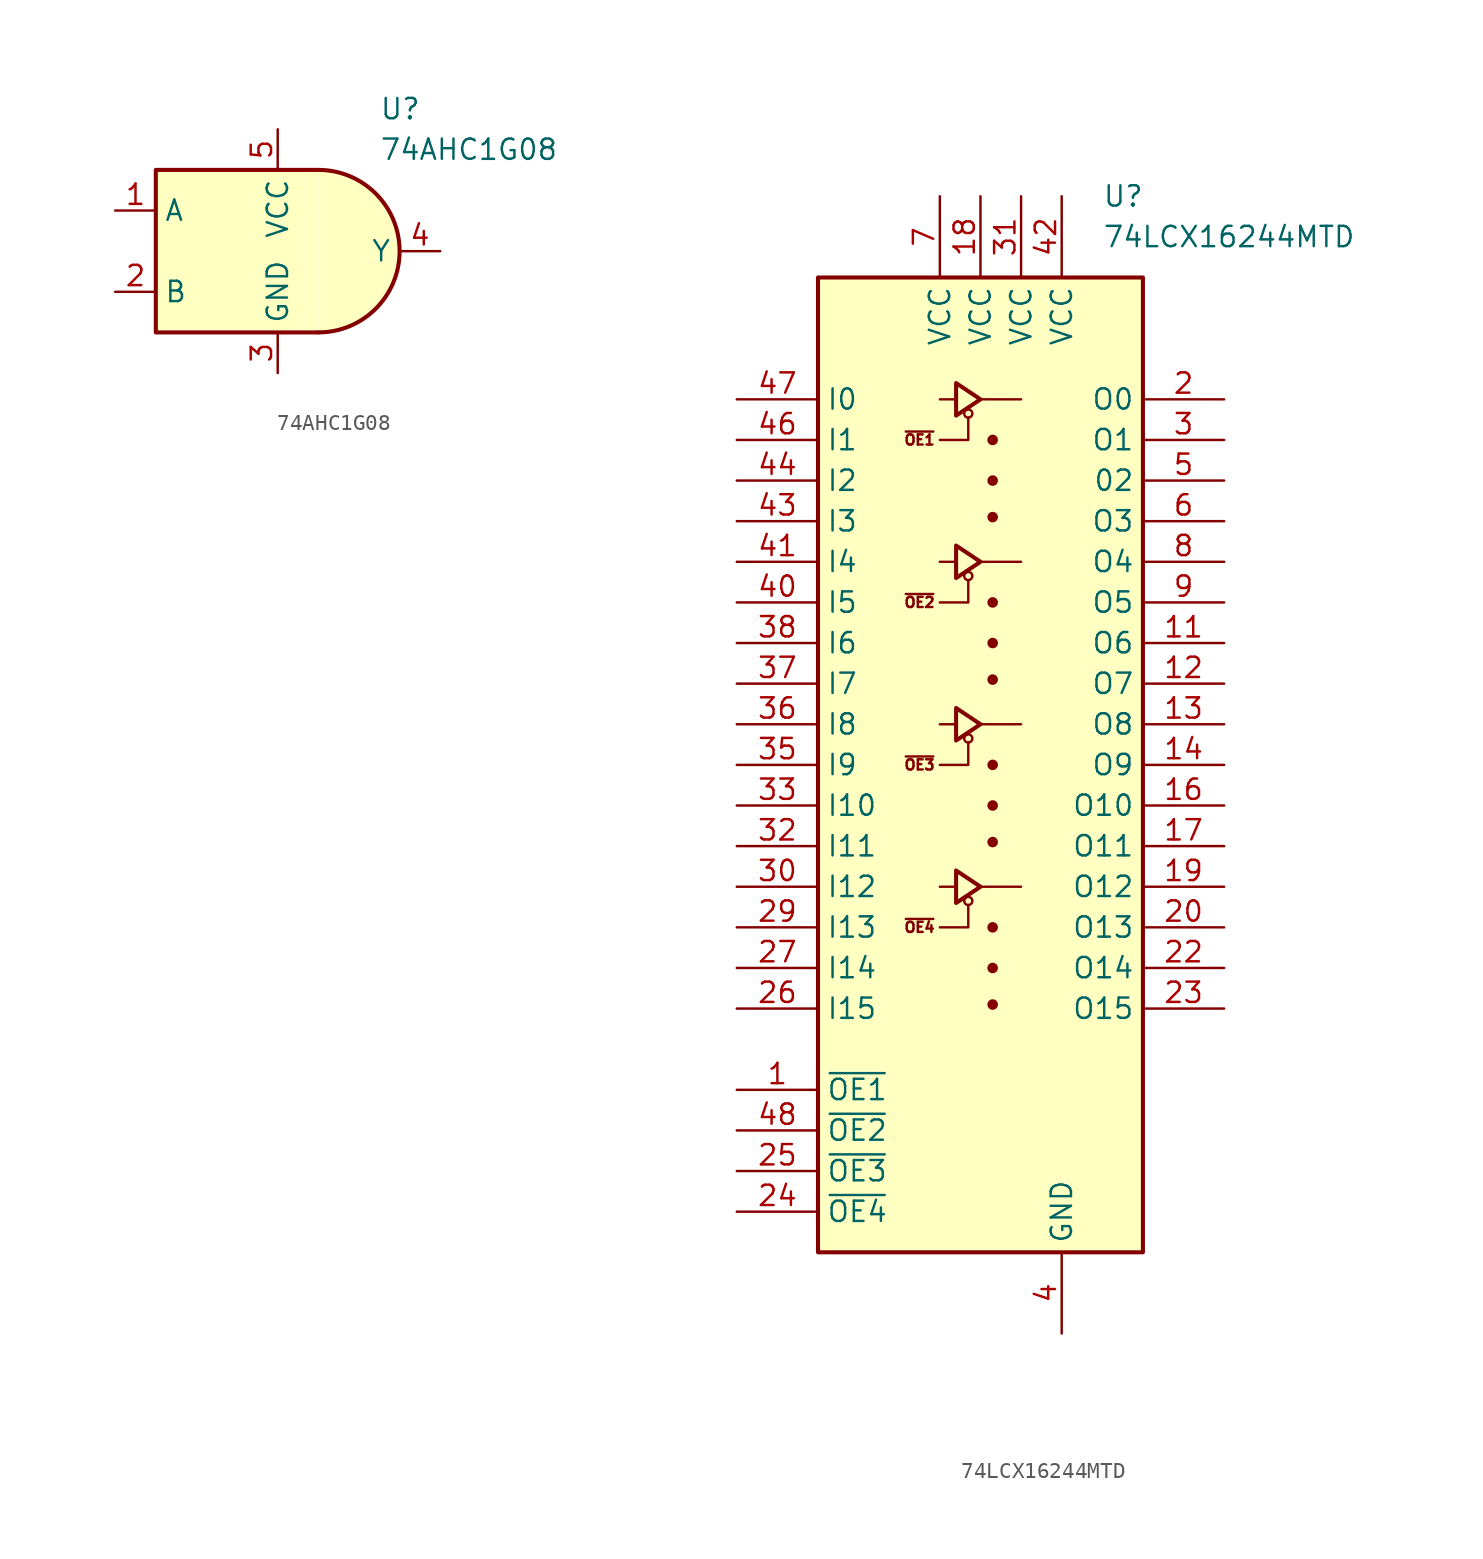
<source format=kicad_sym>
(kicad_symbol_lib
  (version 20201005)
  (generator kicad_symbol_editor)
  (symbol "KLIB_Logic:74AHC1G08"
    (property "Reference" "U"
      (at 6.35 8.89 0)
      (effects (font (size 1.27 1.27)) (justify left)))
    (property "Value" "74AHC1G08"
      (at 6.35 6.35 0)
      (effects (font (size 1.27 1.27)) (justify left)))
    (symbol "74AHC1G08_1_1"
      (arc (start 2.54 -5.08) (end 2.54 5.08) (radius (at 2.54 0) (length 5.08) (angles -89.9 89.9)) (stroke (width 0.254)) (fill (type background)))
      (pin input line (at -10.16 2.54 0) (length 2.54) (name "A" (effects (font (size 1.27 1.27)))) (number "1" (effects (font (size 1.27 1.27)))))
      (pin input line (at -10.16 -2.54 0) (length 2.54) (name "B" (effects (font (size 1.27 1.27)))) (number "2" (effects (font (size 1.27 1.27)))))
      (pin power_in line (at 0 -7.62 90) (length 2.54) (name "GND" (effects (font (size 1.27 1.27)))) (number "3" (effects (font (size 1.27 1.27)))))
      (pin output line (at 10.16 0 180) (length 2.54) (name "Y" (effects (font (size 1.27 1.27)))) (number "4" (effects (font (size 1.27 1.27)))))
      (pin power_in line (at 0 7.62 270) (length 2.54) (name "VCC" (effects (font (size 1.27 1.27)))) (number "5" (effects (font (size 1.27 1.27))))))
    (symbol "74AHC1G08_0_1"
      (polyline (pts (xy 2.54 5.08) (xy -7.62 5.08) (xy -7.62 -5.08) (xy 2.54 -5.08)) (stroke (width 0.254)) (fill (type background)))))
  (symbol "KLIB_Logic:74LCX16244MTD"
    (property "Reference" "U"
      (at 7.62 35.56 0)
      (effects (font (size 1.27 1.27)) (justify left)))
    (property "Value" "74LCX16244MTD"
      (at 7.62 33.02 0)
      (effects (font (size 1.27 1.27)) (justify left)))
    (symbol "74LCX16244MTD_0_1"
      (circle (center -0.762 -8.509) (radius 0.254) (stroke (width 0)) (fill (type none)))
      (circle (center -0.762 1.651) (radius 0.254) (stroke (width 0)) (fill (type none)))
      (circle (center -0.762 11.811) (radius 0.254) (stroke (width 0)) (fill (type none)))
      (circle (center -0.762 21.971) (radius 0.254) (stroke (width 0)) (fill (type none)))
      (circle (center 0.762 -14.986) (radius 0.254) (stroke (width 0)) (fill (type outline)))
      (circle (center 0.762 -12.7) (radius 0.254) (stroke (width 0)) (fill (type outline)))
      (circle (center 0.762 -10.16) (radius 0.254) (stroke (width 0)) (fill (type outline)))
      (circle (center 0.762 -4.826) (radius 0.254) (stroke (width 0)) (fill (type outline)))
      (circle (center 0.762 -2.54) (radius 0.254) (stroke (width 0)) (fill (type outline)))
      (circle (center 0.762 0) (radius 0.254) (stroke (width 0)) (fill (type outline)))
      (circle (center 0.762 5.334) (radius 0.254) (stroke (width 0)) (fill (type outline)))
      (circle (center 0.762 7.62) (radius 0.254) (stroke (width 0)) (fill (type outline)))
      (circle (center 0.762 10.16) (radius 0.254) (stroke (width 0)) (fill (type outline)))
      (circle (center 0.762 15.494) (radius 0.254) (stroke (width 0)) (fill (type outline)))
      (circle (center 0.762 17.78) (radius 0.254) (stroke (width 0)) (fill (type outline)))
      (circle (center 0.762 20.32) (radius 0.254) (stroke (width 0)) (fill (type outline)))
      (rectangle (start -10.16 30.48) (end 10.16 -30.48) (stroke (width 0.254)) (fill (type background)))
      (polyline (pts (xy -2.54 -7.62) (xy -1.524 -7.62)) (stroke (width 0)) (fill (type none)))
      (polyline (pts (xy -2.54 2.54) (xy -1.524 2.54)) (stroke (width 0)) (fill (type none)))
      (polyline (pts (xy -2.54 12.7) (xy -1.524 12.7)) (stroke (width 0)) (fill (type none)))
      (polyline (pts (xy -2.54 22.86) (xy -1.524 22.86)) (stroke (width 0)) (fill (type none)))
      (polyline (pts (xy 0 -7.62) (xy 2.54 -7.62)) (stroke (width 0)) (fill (type none)))
      (polyline (pts (xy 0 2.54) (xy 2.54 2.54)) (stroke (width 0)) (fill (type none)))
      (polyline (pts (xy 0 12.7) (xy 2.54 12.7)) (stroke (width 0)) (fill (type none)))
      (polyline (pts (xy 0 22.86) (xy 2.54 22.86)) (stroke (width 0)) (fill (type none)))
      (polyline (pts (xy -0.762 -8.763) (xy -0.762 -10.16) (xy -2.54 -10.16)) (stroke (width 0)) (fill (type none)))
      (polyline (pts (xy -0.762 1.397) (xy -0.762 0) (xy -2.54 0)) (stroke (width 0)) (fill (type none)))
      (polyline (pts (xy -0.762 11.557) (xy -0.762 10.16) (xy -2.54 10.16)) (stroke (width 0)) (fill (type none)))
      (polyline (pts (xy -0.762 21.717) (xy -0.762 20.32) (xy -2.54 20.32)) (stroke (width 0)) (fill (type none)))
      (polyline (pts (xy -1.524 -6.604) (xy -1.524 -8.636) (xy 0 -7.62) (xy -1.524 -6.604)) (stroke (width 0.254)) (fill (type none)))
      (polyline (pts (xy -1.524 3.556) (xy -1.524 1.524) (xy 0 2.54) (xy -1.524 3.556)) (stroke (width 0.254)) (fill (type none)))
      (polyline (pts (xy -1.524 13.716) (xy -1.524 11.684) (xy 0 12.7) (xy -1.524 13.716)) (stroke (width 0.254)) (fill (type none)))
      (polyline (pts (xy -1.524 23.876) (xy -1.524 21.844) (xy 0 22.86) (xy -1.524 23.876)) (stroke (width 0.254)) (fill (type none))))
    (symbol "74LCX16244MTD_0_0"
      (text "~OE1" (at -3.81 20.32 0) (effects (font (size 0.635 0.635))))
      (text "~OE2" (at -3.81 10.16 0) (effects (font (size 0.635 0.635))))
      (text "~OE3" (at -3.81 0 0) (effects (font (size 0.635 0.635))))
      (text "~OE4" (at -3.81 -10.16 0) (effects (font (size 0.635 0.635)))))
    (symbol "74LCX16244MTD_1_1"
      (pin input line (at -15.24 -20.32 0) (length 5.08) (name "~OE1" (effects (font (size 1.27 1.27)))) (number "1" (effects (font (size 1.27 1.27)))))
      (pin power_in line (at 5.08 -35.56 90) (length 5.08) hide (name "GND" (effects (font (size 1.27 1.27)))) (number "10" (effects (font (size 1.27 1.27)))))
      (pin output line (at 15.24 7.62 180) (length 5.08) (name "O6" (effects (font (size 1.27 1.27)))) (number "11" (effects (font (size 1.27 1.27)))))
      (pin output line (at 15.24 5.08 180) (length 5.08) (name "O7" (effects (font (size 1.27 1.27)))) (number "12" (effects (font (size 1.27 1.27)))))
      (pin output line (at 15.24 2.54 180) (length 5.08) (name "O8" (effects (font (size 1.27 1.27)))) (number "13" (effects (font (size 1.27 1.27)))))
      (pin output line (at 15.24 0 180) (length 5.08) (name "O9" (effects (font (size 1.27 1.27)))) (number "14" (effects (font (size 1.27 1.27)))))
      (pin power_in line (at 5.08 -35.56 90) (length 5.08) hide (name "GND" (effects (font (size 1.27 1.27)))) (number "15" (effects (font (size 1.27 1.27)))))
      (pin output line (at 15.24 -2.54 180) (length 5.08) (name "O10" (effects (font (size 1.27 1.27)))) (number "16" (effects (font (size 1.27 1.27)))))
      (pin output line (at 15.24 -5.08 180) (length 5.08) (name "O11" (effects (font (size 1.27 1.27)))) (number "17" (effects (font (size 1.27 1.27)))))
      (pin power_in line (at 0 35.56 270) (length 5.08) (name "VCC" (effects (font (size 1.27 1.27)))) (number "18" (effects (font (size 1.27 1.27)))))
      (pin output line (at 15.24 -7.62 180) (length 5.08) (name "O12" (effects (font (size 1.27 1.27)))) (number "19" (effects (font (size 1.27 1.27)))))
      (pin output line (at 15.24 22.86 180) (length 5.08) (name "O0" (effects (font (size 1.27 1.27)))) (number "2" (effects (font (size 1.27 1.27)))))
      (pin output line (at 15.24 -10.16 180) (length 5.08) (name "O13" (effects (font (size 1.27 1.27)))) (number "20" (effects (font (size 1.27 1.27)))))
      (pin power_in line (at 5.08 -35.56 90) (length 5.08) hide (name "GND" (effects (font (size 1.27 1.27)))) (number "21" (effects (font (size 1.27 1.27)))))
      (pin output line (at 15.24 -12.7 180) (length 5.08) (name "O14" (effects (font (size 1.27 1.27)))) (number "22" (effects (font (size 1.27 1.27)))))
      (pin output line (at 15.24 -15.24 180) (length 5.08) (name "O15" (effects (font (size 1.27 1.27)))) (number "23" (effects (font (size 1.27 1.27)))))
      (pin input line (at -15.24 -27.94 0) (length 5.08) (name "~OE4" (effects (font (size 1.27 1.27)))) (number "24" (effects (font (size 1.27 1.27)))))
      (pin input line (at -15.24 -25.4 0) (length 5.08) (name "~OE3" (effects (font (size 1.27 1.27)))) (number "25" (effects (font (size 1.27 1.27)))))
      (pin input line (at -15.24 -15.24 0) (length 5.08) (name "I15" (effects (font (size 1.27 1.27)))) (number "26" (effects (font (size 1.27 1.27)))))
      (pin input line (at -15.24 -12.7 0) (length 5.08) (name "I14" (effects (font (size 1.27 1.27)))) (number "27" (effects (font (size 1.27 1.27)))))
      (pin power_in line (at 5.08 -35.56 90) (length 5.08) hide (name "GND" (effects (font (size 1.27 1.27)))) (number "28" (effects (font (size 1.27 1.27)))))
      (pin input line (at -15.24 -10.16 0) (length 5.08) (name "I13" (effects (font (size 1.27 1.27)))) (number "29" (effects (font (size 1.27 1.27)))))
      (pin output line (at 15.24 20.32 180) (length 5.08) (name "O1" (effects (font (size 1.27 1.27)))) (number "3" (effects (font (size 1.27 1.27)))))
      (pin input line (at -15.24 -7.62 0) (length 5.08) (name "I12" (effects (font (size 1.27 1.27)))) (number "30" (effects (font (size 1.27 1.27)))))
      (pin power_in line (at 2.54 35.56 270) (length 5.08) (name "VCC" (effects (font (size 1.27 1.27)))) (number "31" (effects (font (size 1.27 1.27)))))
      (pin input line (at -15.24 -5.08 0) (length 5.08) (name "I11" (effects (font (size 1.27 1.27)))) (number "32" (effects (font (size 1.27 1.27)))))
      (pin input line (at -15.24 -2.54 0) (length 5.08) (name "I10" (effects (font (size 1.27 1.27)))) (number "33" (effects (font (size 1.27 1.27)))))
      (pin power_in line (at 5.08 -35.56 90) (length 5.08) hide (name "GND" (effects (font (size 1.27 1.27)))) (number "34" (effects (font (size 1.27 1.27)))))
      (pin input line (at -15.24 0 0) (length 5.08) (name "I9" (effects (font (size 1.27 1.27)))) (number "35" (effects (font (size 1.27 1.27)))))
      (pin input line (at -15.24 2.54 0) (length 5.08) (name "I8" (effects (font (size 1.27 1.27)))) (number "36" (effects (font (size 1.27 1.27)))))
      (pin input line (at -15.24 5.08 0) (length 5.08) (name "I7" (effects (font (size 1.27 1.27)))) (number "37" (effects (font (size 1.27 1.27)))))
      (pin input line (at -15.24 7.62 0) (length 5.08) (name "I6" (effects (font (size 1.27 1.27)))) (number "38" (effects (font (size 1.27 1.27)))))
      (pin power_in line (at 5.08 -35.56 90) (length 5.08) hide (name "GND" (effects (font (size 1.27 1.27)))) (number "39" (effects (font (size 1.27 1.27)))))
      (pin power_in line (at 5.08 -35.56 90) (length 5.08) (name "GND" (effects (font (size 1.27 1.27)))) (number "4" (effects (font (size 1.27 1.27)))))
      (pin input line (at -15.24 10.16 0) (length 5.08) (name "I5" (effects (font (size 1.27 1.27)))) (number "40" (effects (font (size 1.27 1.27)))))
      (pin input line (at -15.24 12.7 0) (length 5.08) (name "I4" (effects (font (size 1.27 1.27)))) (number "41" (effects (font (size 1.27 1.27)))))
      (pin power_in line (at 5.08 35.56 270) (length 5.08) (name "VCC" (effects (font (size 1.27 1.27)))) (number "42" (effects (font (size 1.27 1.27)))))
      (pin input line (at -15.24 15.24 0) (length 5.08) (name "I3" (effects (font (size 1.27 1.27)))) (number "43" (effects (font (size 1.27 1.27)))))
      (pin input line (at -15.24 17.78 0) (length 5.08) (name "I2" (effects (font (size 1.27 1.27)))) (number "44" (effects (font (size 1.27 1.27)))))
      (pin power_in line (at 5.08 -35.56 90) (length 5.08) hide (name "GND" (effects (font (size 1.27 1.27)))) (number "45" (effects (font (size 1.27 1.27)))))
      (pin input line (at -15.24 20.32 0) (length 5.08) (name "I1" (effects (font (size 1.27 1.27)))) (number "46" (effects (font (size 1.27 1.27)))))
      (pin input line (at -15.24 22.86 0) (length 5.08) (name "I0" (effects (font (size 1.27 1.27)))) (number "47" (effects (font (size 1.27 1.27)))))
      (pin input line (at -15.24 -22.86 0) (length 5.08) (name "~OE2" (effects (font (size 1.27 1.27)))) (number "48" (effects (font (size 1.27 1.27)))))
      (pin output line (at 15.24 17.78 180) (length 5.08) (name "02" (effects (font (size 1.27 1.27)))) (number "5" (effects (font (size 1.27 1.27)))))
      (pin output line (at 15.24 15.24 180) (length 5.08) (name "O3" (effects (font (size 1.27 1.27)))) (number "6" (effects (font (size 1.27 1.27)))))
      (pin power_in line (at -2.54 35.56 270) (length 5.08) (name "VCC" (effects (font (size 1.27 1.27)))) (number "7" (effects (font (size 1.27 1.27)))))
      (pin output line (at 15.24 12.7 180) (length 5.08) (name "O4" (effects (font (size 1.27 1.27)))) (number "8" (effects (font (size 1.27 1.27)))))
      (pin output line (at 15.24 10.16 180) (length 5.08) (name "O5" (effects (font (size 1.27 1.27)))) (number "9" (effects (font (size 1.27 1.27))))))))
</source>
